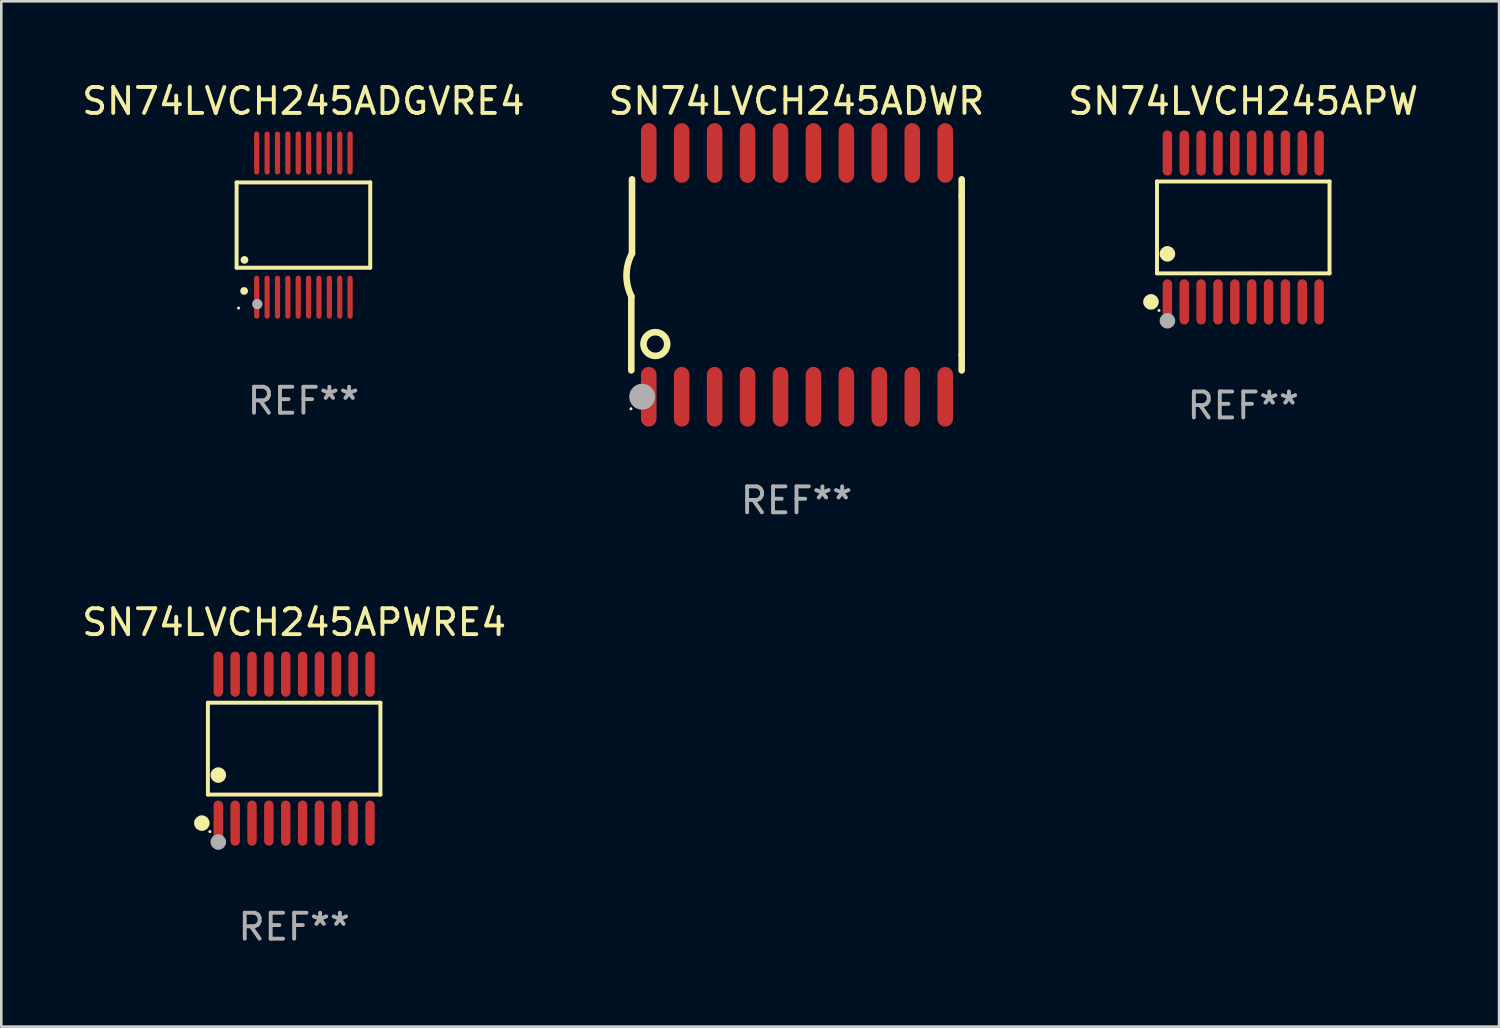
<source format=kicad_pcb>
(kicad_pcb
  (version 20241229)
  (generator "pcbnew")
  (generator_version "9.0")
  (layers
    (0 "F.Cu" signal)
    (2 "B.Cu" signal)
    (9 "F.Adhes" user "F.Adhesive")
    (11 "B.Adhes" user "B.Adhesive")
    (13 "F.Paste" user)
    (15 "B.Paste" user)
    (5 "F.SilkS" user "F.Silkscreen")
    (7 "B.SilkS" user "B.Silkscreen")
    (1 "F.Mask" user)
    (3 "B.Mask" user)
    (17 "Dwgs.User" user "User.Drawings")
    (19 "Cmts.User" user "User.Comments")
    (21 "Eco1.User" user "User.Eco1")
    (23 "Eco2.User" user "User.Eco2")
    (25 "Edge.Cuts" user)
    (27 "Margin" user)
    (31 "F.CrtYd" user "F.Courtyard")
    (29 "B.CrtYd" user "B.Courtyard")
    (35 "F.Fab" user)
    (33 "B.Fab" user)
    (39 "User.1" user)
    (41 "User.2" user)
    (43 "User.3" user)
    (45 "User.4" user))
  (footprint "SN74LVCH245APWRE4"
    (layer "F.Cu")
    (at 8.292 25.816)
    (property "Reference" "SN74LVCH245APWRE4" (at 0 -4.871 0) (layer "F.SilkS") (effects (font (size 1 1) (thickness 0.15))))
    (attr through_hole)
    (fp_line (start -3.326 -1.771) (end 3.326 -1.771) (stroke (width 0.152) (type solid)) (layer "F.SilkS"))
    (fp_line (start -3.326 1.771) (end -3.326 -1.771) (stroke (width 0.152) (type solid)) (layer "F.SilkS"))
    (fp_line (start 3.326 -1.771) (end 3.326 1.771) (stroke (width 0.152) (type solid)) (layer "F.SilkS"))
    (fp_line (start 3.326 1.771) (end -3.326 1.771) (stroke (width 0.152) (type solid)) (layer "F.SilkS"))
    (fp_circle (center -3.559 2.871) (end -3.409 2.871) (stroke (width 0.3) (type solid)) (fill no) (layer "F.SilkS"))
    (fp_circle (center -3.25 3.2) (end -3.22 3.2) (stroke (width 0.06) (type solid)) (fill no) (layer "F.SilkS"))
    (fp_circle (center -2.925 1.019) (end -2.775 1.019) (stroke (width 0.3) (type solid)) (fill no) (layer "F.SilkS"))
    (fp_circle (center -2.925 3.6) (end -2.775 3.6) (stroke (width 0.3) (type solid)) (fill no) (layer "F.Fab"))
    (fp_text user "REF**" (at 0 6.871 0) (layer "F.Fab") (effects (font (size 1 1) (thickness 0.15))))
    (pad "1" smd oval (at -2.925 2.871) (size 0.364 1.742) (layers "F.Cu" "F.Mask" "F.Paste"))
    (pad "2" smd oval (at -2.275 2.871) (size 0.364 1.742) (layers "F.Cu" "F.Mask" "F.Paste"))
    (pad "3" smd oval (at -1.625 2.871) (size 0.364 1.742) (layers "F.Cu" "F.Mask" "F.Paste"))
    (pad "4" smd oval (at -0.975 2.871) (size 0.364 1.742) (layers "F.Cu" "F.Mask" "F.Paste"))
    (pad "5" smd oval (at -0.325 2.871) (size 0.364 1.742) (layers "F.Cu" "F.Mask" "F.Paste"))
    (pad "6" smd oval (at 0.325 2.871) (size 0.364 1.742) (layers "F.Cu" "F.Mask" "F.Paste"))
    (pad "7" smd oval (at 0.975 2.871) (size 0.364 1.742) (layers "F.Cu" "F.Mask" "F.Paste"))
    (pad "8" smd oval (at 1.625 2.871) (size 0.364 1.742) (layers "F.Cu" "F.Mask" "F.Paste"))
    (pad "9" smd oval (at 2.275 2.871) (size 0.364 1.742) (layers "F.Cu" "F.Mask" "F.Paste"))
    (pad "10" smd oval (at 2.925 2.871) (size 0.364 1.742) (layers "F.Cu" "F.Mask" "F.Paste"))
    (pad "11" smd oval (at 2.925 -2.871) (size 0.364 1.742) (layers "F.Cu" "F.Mask" "F.Paste"))
    (pad "12" smd oval (at 2.275 -2.871) (size 0.364 1.742) (layers "F.Cu" "F.Mask" "F.Paste"))
    (pad "13" smd oval (at 1.625 -2.871) (size 0.364 1.742) (layers "F.Cu" "F.Mask" "F.Paste"))
    (pad "14" smd oval (at 0.975 -2.871) (size 0.364 1.742) (layers "F.Cu" "F.Mask" "F.Paste"))
    (pad "15" smd oval (at 0.325 -2.871) (size 0.364 1.742) (layers "F.Cu" "F.Mask" "F.Paste"))
    (pad "16" smd oval (at -0.325 -2.871) (size 0.364 1.742) (layers "F.Cu" "F.Mask" "F.Paste"))
    (pad "17" smd oval (at -0.975 -2.871) (size 0.364 1.742) (layers "F.Cu" "F.Mask" "F.Paste"))
    (pad "18" smd oval (at -1.625 -2.871) (size 0.364 1.742) (layers "F.Cu" "F.Mask" "F.Paste"))
    (pad "19" smd oval (at -2.275 -2.871) (size 0.364 1.742) (layers "F.Cu" "F.Mask" "F.Paste"))
    (pad "20" smd oval (at -2.925 -2.871) (size 0.364 1.742) (layers "F.Cu" "F.Mask" "F.Paste")))
  (footprint "SN74LVCH245APW"
    (layer "F.Cu")
    (at 44.887 5.719)
    (property "Reference" "SN74LVCH245APW" (at 0 -4.871 0) (layer "F.SilkS") (effects (font (size 1 1) (thickness 0.15))))
    (attr through_hole)
    (fp_line (start -3.326 -1.771) (end 3.326 -1.771) (stroke (width 0.152) (type solid)) (layer "F.SilkS"))
    (fp_line (start -3.326 1.771) (end -3.326 -1.771) (stroke (width 0.152) (type solid)) (layer "F.SilkS"))
    (fp_line (start 3.326 -1.771) (end 3.326 1.771) (stroke (width 0.152) (type solid)) (layer "F.SilkS"))
    (fp_line (start 3.326 1.771) (end -3.326 1.771) (stroke (width 0.152) (type solid)) (layer "F.SilkS"))
    (fp_circle (center -3.559 2.871) (end -3.409 2.871) (stroke (width 0.3) (type solid)) (fill no) (layer "F.SilkS"))
    (fp_circle (center -3.25 3.2) (end -3.22 3.2) (stroke (width 0.06) (type solid)) (fill no) (layer "F.SilkS"))
    (fp_circle (center -2.925 1.019) (end -2.775 1.019) (stroke (width 0.3) (type solid)) (fill no) (layer "F.SilkS"))
    (fp_circle (center -2.925 3.6) (end -2.775 3.6) (stroke (width 0.3) (type solid)) (fill no) (layer "F.Fab"))
    (fp_text user "REF**" (at 0 6.871 0) (layer "F.Fab") (effects (font (size 1 1) (thickness 0.15))))
    (pad "1" smd oval (at -2.925 2.871) (size 0.364 1.742) (layers "F.Cu" "F.Mask" "F.Paste"))
    (pad "2" smd oval (at -2.275 2.871) (size 0.364 1.742) (layers "F.Cu" "F.Mask" "F.Paste"))
    (pad "3" smd oval (at -1.625 2.871) (size 0.364 1.742) (layers "F.Cu" "F.Mask" "F.Paste"))
    (pad "4" smd oval (at -0.975 2.871) (size 0.364 1.742) (layers "F.Cu" "F.Mask" "F.Paste"))
    (pad "5" smd oval (at -0.325 2.871) (size 0.364 1.742) (layers "F.Cu" "F.Mask" "F.Paste"))
    (pad "6" smd oval (at 0.325 2.871) (size 0.364 1.742) (layers "F.Cu" "F.Mask" "F.Paste"))
    (pad "7" smd oval (at 0.975 2.871) (size 0.364 1.742) (layers "F.Cu" "F.Mask" "F.Paste"))
    (pad "8" smd oval (at 1.625 2.871) (size 0.364 1.742) (layers "F.Cu" "F.Mask" "F.Paste"))
    (pad "9" smd oval (at 2.275 2.871) (size 0.364 1.742) (layers "F.Cu" "F.Mask" "F.Paste"))
    (pad "10" smd oval (at 2.925 2.871) (size 0.364 1.742) (layers "F.Cu" "F.Mask" "F.Paste"))
    (pad "11" smd oval (at 2.925 -2.871) (size 0.364 1.742) (layers "F.Cu" "F.Mask" "F.Paste"))
    (pad "12" smd oval (at 2.275 -2.871) (size 0.364 1.742) (layers "F.Cu" "F.Mask" "F.Paste"))
    (pad "13" smd oval (at 1.625 -2.871) (size 0.364 1.742) (layers "F.Cu" "F.Mask" "F.Paste"))
    (pad "14" smd oval (at 0.975 -2.871) (size 0.364 1.742) (layers "F.Cu" "F.Mask" "F.Paste"))
    (pad "15" smd oval (at 0.325 -2.871) (size 0.364 1.742) (layers "F.Cu" "F.Mask" "F.Paste"))
    (pad "16" smd oval (at -0.325 -2.871) (size 0.364 1.742) (layers "F.Cu" "F.Mask" "F.Paste"))
    (pad "17" smd oval (at -0.975 -2.871) (size 0.364 1.742) (layers "F.Cu" "F.Mask" "F.Paste"))
    (pad "18" smd oval (at -1.625 -2.871) (size 0.364 1.742) (layers "F.Cu" "F.Mask" "F.Paste"))
    (pad "19" smd oval (at -2.275 -2.871) (size 0.364 1.742) (layers "F.Cu" "F.Mask" "F.Paste"))
    (pad "20" smd oval (at -2.925 -2.871) (size 0.364 1.742) (layers "F.Cu" "F.Mask" "F.Paste")))
  (footprint "SN74LVCH245ADGVRE4"
    (layer "F.Cu")
    (at 8.649 5.628)
    (property "Reference" "SN74LVCH245ADGVRE4" (at 0 -4.78 0) (layer "F.SilkS") (effects (font (size 1 1) (thickness 0.15))))
    (attr through_hole)
    (fp_line (start -2.576 -1.645) (end 2.576 -1.645) (stroke (width 0.152) (type solid)) (layer "F.SilkS"))
    (fp_line (start -2.576 1.645) (end -2.576 -1.645) (stroke (width 0.152) (type solid)) (layer "F.SilkS"))
    (fp_line (start 2.576 -1.645) (end 2.576 1.645) (stroke (width 0.152) (type solid)) (layer "F.SilkS"))
    (fp_line (start 2.576 1.645) (end -2.576 1.645) (stroke (width 0.152) (type solid)) (layer "F.SilkS"))
    (fp_circle (center -2.5 3.2) (end -2.47 3.2) (stroke (width 0.06) (type solid)) (fill no) (layer "F.SilkS"))
    (fp_circle (center -2.286 2.54) (end -2.211 2.54) (stroke (width 0.15) (type solid)) (fill no) (layer "F.SilkS"))
    (fp_circle (center -2.274 1.343) (end -2.199 1.343) (stroke (width 0.15) (type solid)) (fill no) (layer "F.SilkS"))
    (fp_circle (center -1.778 3.048) (end -1.678 3.048) (stroke (width 0.2) (type solid)) (fill no) (layer "F.Fab"))
    (fp_text user "REF**" (at 0 6.78 0) (layer "F.Fab") (effects (font (size 1 1) (thickness 0.15))))
    (pad "1" smd oval (at -1.8 2.78) (size 0.2 1.66) (layers "F.Cu" "F.Mask" "F.Paste"))
    (pad "2" smd oval (at -1.4 2.78) (size 0.2 1.66) (layers "F.Cu" "F.Mask" "F.Paste"))
    (pad "3" smd oval (at -1 2.78) (size 0.2 1.66) (layers "F.Cu" "F.Mask" "F.Paste"))
    (pad "4" smd oval (at -0.6 2.78) (size 0.2 1.66) (layers "F.Cu" "F.Mask" "F.Paste"))
    (pad "5" smd oval (at -0.2 2.78) (size 0.2 1.66) (layers "F.Cu" "F.Mask" "F.Paste"))
    (pad "6" smd oval (at 0.2 2.78) (size 0.2 1.66) (layers "F.Cu" "F.Mask" "F.Paste"))
    (pad "7" smd oval (at 0.6 2.78) (size 0.2 1.66) (layers "F.Cu" "F.Mask" "F.Paste"))
    (pad "8" smd oval (at 1 2.78) (size 0.2 1.66) (layers "F.Cu" "F.Mask" "F.Paste"))
    (pad "9" smd oval (at 1.4 2.78) (size 0.2 1.66) (layers "F.Cu" "F.Mask" "F.Paste"))
    (pad "10" smd oval (at 1.8 2.78) (size 0.2 1.66) (layers "F.Cu" "F.Mask" "F.Paste"))
    (pad "11" smd oval (at 1.8 -2.78) (size 0.2 1.66) (layers "F.Cu" "F.Mask" "F.Paste"))
    (pad "12" smd oval (at 1.4 -2.78) (size 0.2 1.66) (layers "F.Cu" "F.Mask" "F.Paste"))
    (pad "13" smd oval (at 1 -2.78) (size 0.2 1.66) (layers "F.Cu" "F.Mask" "F.Paste"))
    (pad "14" smd oval (at 0.6 -2.78) (size 0.2 1.66) (layers "F.Cu" "F.Mask" "F.Paste"))
    (pad "15" smd oval (at 0.2 -2.78) (size 0.2 1.66) (layers "F.Cu" "F.Mask" "F.Paste"))
    (pad "16" smd oval (at -0.2 -2.78) (size 0.2 1.66) (layers "F.Cu" "F.Mask" "F.Paste"))
    (pad "17" smd oval (at -0.6 -2.78) (size 0.2 1.66) (layers "F.Cu" "F.Mask" "F.Paste"))
    (pad "18" smd oval (at -1 -2.78) (size 0.2 1.66) (layers "F.Cu" "F.Mask" "F.Paste"))
    (pad "19" smd oval (at -1.4 -2.78) (size 0.2 1.66) (layers "F.Cu" "F.Mask" "F.Paste"))
    (pad "20" smd oval (at -1.8 -2.78) (size 0.2 1.66) (layers "F.Cu" "F.Mask" "F.Paste")))
  (footprint "SN74LVCH245ADWR"
    (layer "F.Cu")
    (at 27.661 7.548)
    (property "Reference" "SN74LVCH245ADWR" (at 0 -6.7 0) (layer "F.SilkS") (effects (font (size 1 1) (thickness 0.15))))
    (attr through_hole)
    (fp_line (start -6.369 0.826) (end -6.369 3.683) (stroke (width 0.254) (type solid)) (layer "F.SilkS"))
    (fp_line (start -6.343 -0.825) (end -6.343 -3.683) (stroke (width 0.254) (type solid)) (layer "F.SilkS"))
    (fp_line (start 6.369 -3.048) (end 6.369 -3.683) (stroke (width 0.254) (type solid)) (layer "F.SilkS"))
    (fp_line (start 6.369 -3.048) (end 6.369 3.096) (stroke (width 0.254) (type solid)) (layer "F.SilkS"))
    (fp_line (start 6.369 3.096) (end 6.369 3.683) (stroke (width 0.254) (type solid)) (layer "F.SilkS"))
    (fp_arc (start -6.36853 0.825552) (mid -6.554743 -0.00301) (end -6.343129 -0.825451) (stroke (width 0.254001) (type solid)) (layer "F.SilkS"))
    (fp_circle (center -6.382 5.163) (end -6.352 5.163) (stroke (width 0.06) (type solid)) (fill no) (layer "F.SilkS"))
    (fp_circle (center -5.443 2.667) (end -4.985 2.667) (stroke (width 0.254) (type solid)) (fill no) (layer "F.SilkS"))
    (fp_circle (center -5.951 4.699) (end -5.701 4.699) (stroke (width 0.5) (type solid)) (fill no) (layer "F.Fab"))
    (fp_text user "REF**" (at 0 8.7 0) (layer "F.Fab") (effects (font (size 1 1) (thickness 0.15))))
    (pad "1" smd oval (at -5.697 4.7 180) (size 0.6 2.3) (layers "F.Cu" "F.Mask" "F.Paste"))
    (pad "2" smd oval (at -4.427 4.7 180) (size 0.6 2.3) (layers "F.Cu" "F.Mask" "F.Paste"))
    (pad "3" smd oval (at -3.157 4.7 180) (size 0.6 2.3) (layers "F.Cu" "F.Mask" "F.Paste"))
    (pad "4" smd oval (at -1.887 4.7 180) (size 0.6 2.3) (layers "F.Cu" "F.Mask" "F.Paste"))
    (pad "5" smd oval (at -0.617 4.7 180) (size 0.6 2.3) (layers "F.Cu" "F.Mask" "F.Paste"))
    (pad "6" smd oval (at 0.653 4.7 180) (size 0.6 2.3) (layers "F.Cu" "F.Mask" "F.Paste"))
    (pad "7" smd oval (at 1.923 4.7 180) (size 0.6 2.3) (layers "F.Cu" "F.Mask" "F.Paste"))
    (pad "8" smd oval (at 3.193 4.7 180) (size 0.6 2.3) (layers "F.Cu" "F.Mask" "F.Paste"))
    (pad "9" smd oval (at 4.463 4.7 180) (size 0.6 2.3) (layers "F.Cu" "F.Mask" "F.Paste"))
    (pad "10" smd oval (at 5.734 4.7 180) (size 0.6 2.3) (layers "F.Cu" "F.Mask" "F.Paste"))
    (pad "11" smd oval (at 5.734 -4.7 180) (size 0.6 2.3) (layers "F.Cu" "F.Mask" "F.Paste"))
    (pad "12" smd oval (at 4.463 -4.7 180) (size 0.6 2.3) (layers "F.Cu" "F.Mask" "F.Paste"))
    (pad "13" smd oval (at 3.193 -4.7 180) (size 0.6 2.3) (layers "F.Cu" "F.Mask" "F.Paste"))
    (pad "14" smd oval (at 1.923 -4.7 180) (size 0.6 2.3) (layers "F.Cu" "F.Mask" "F.Paste"))
    (pad "15" smd oval (at 0.653 -4.7 180) (size 0.6 2.3) (layers "F.Cu" "F.Mask" "F.Paste"))
    (pad "16" smd oval (at -0.617 -4.7 180) (size 0.6 2.3) (layers "F.Cu" "F.Mask" "F.Paste"))
    (pad "17" smd oval (at -1.887 -4.7 180) (size 0.6 2.3) (layers "F.Cu" "F.Mask" "F.Paste"))
    (pad "18" smd oval (at -3.157 -4.7 180) (size 0.6 2.3) (layers "F.Cu" "F.Mask" "F.Paste"))
    (pad "19" smd oval (at -4.427 -4.7 180) (size 0.6 2.3) (layers "F.Cu" "F.Mask" "F.Paste"))
    (pad "20" smd oval (at -5.697 -4.7 180) (size 0.6 2.3) (layers "F.Cu" "F.Mask" "F.Paste")))
  (gr_rect
    (start -3 -3)
    (end 54.75 36.535)
    (stroke (width 0.1) (type default))
    (fill no)
    (layer "Edge.Cuts")))
</source>
